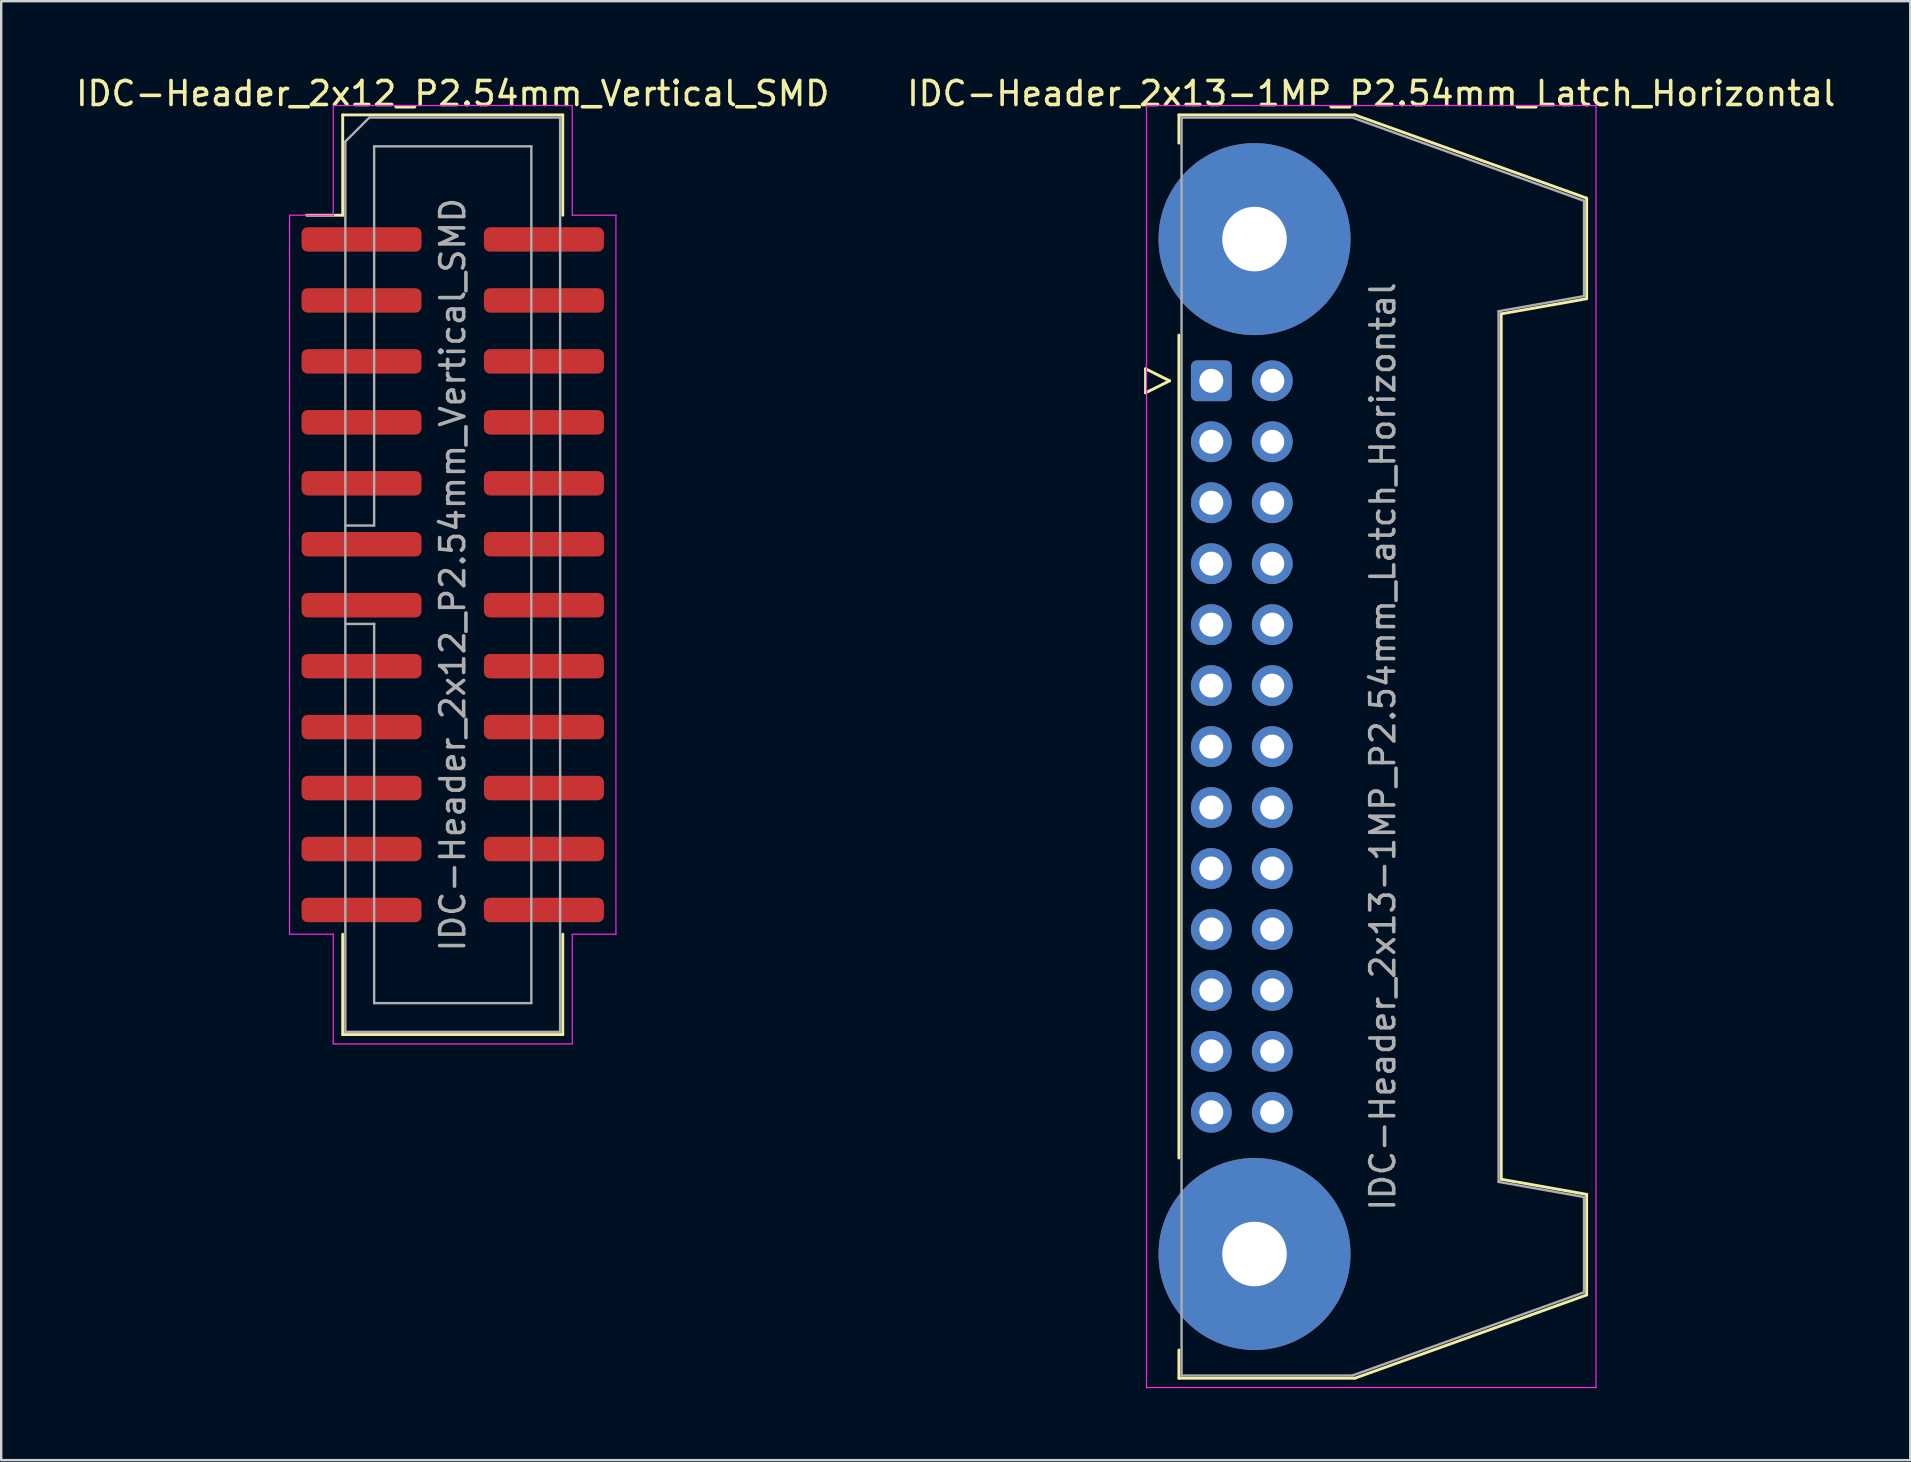
<source format=kicad_pcb>
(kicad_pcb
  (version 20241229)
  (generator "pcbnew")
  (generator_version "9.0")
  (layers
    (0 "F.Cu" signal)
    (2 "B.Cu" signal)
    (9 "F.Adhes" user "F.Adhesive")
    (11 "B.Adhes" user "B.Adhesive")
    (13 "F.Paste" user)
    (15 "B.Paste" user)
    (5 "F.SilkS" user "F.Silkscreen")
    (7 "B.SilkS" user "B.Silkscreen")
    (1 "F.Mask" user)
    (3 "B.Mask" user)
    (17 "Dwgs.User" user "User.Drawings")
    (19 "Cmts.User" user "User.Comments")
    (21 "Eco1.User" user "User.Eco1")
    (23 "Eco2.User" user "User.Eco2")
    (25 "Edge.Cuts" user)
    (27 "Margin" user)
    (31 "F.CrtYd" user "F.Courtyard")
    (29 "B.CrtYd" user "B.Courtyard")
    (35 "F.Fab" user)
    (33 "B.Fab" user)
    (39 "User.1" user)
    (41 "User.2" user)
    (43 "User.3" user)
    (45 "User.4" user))
  (footprint "IDC-Header_2x13-1MP_P2.54mm_Latch_Horizontal"
    (layer "F.Cu")
    (at 47.424 12.818)
    (property "Reference" "IDC-Header_2x13-1MP_P2.54mm_Latch_Horizontal" (at 6.665 -11.97 0) (layer "F.SilkS") (effects (font (size 1 1) (thickness 0.15))))
    (attr through_hole)
    (fp_line (start -2.74 -0.5) (end -2.74 0.5) (stroke (width 0.12) (type solid)) (layer "F.SilkS"))
    (fp_line (start -2.74 0.5) (end -1.74 0) (stroke (width 0.12) (type solid)) (layer "F.SilkS"))
    (fp_line (start -1.74 0) (end -2.74 -0.5) (stroke (width 0.12) (type solid)) (layer "F.SilkS"))
    (fp_line (start -1.35 -11.08) (end -1.35 -9.905) (stroke (width 0.12) (type solid)) (layer "F.SilkS"))
    (fp_line (start -1.35 -11.08) (end 5.98 -11.08) (stroke (width 0.12) (type solid)) (layer "F.SilkS"))
    (fp_line (start -1.35 -1.905) (end -1.35 32.385) (stroke (width 0.12) (type solid)) (layer "F.SilkS"))
    (fp_line (start -1.35 40.385) (end -1.35 41.56) (stroke (width 0.12) (type solid)) (layer "F.SilkS"))
    (fp_line (start 5.98 -11.08) (end 15.64 -7.61) (stroke (width 0.12) (type solid)) (layer "F.SilkS"))
    (fp_line (start 5.98 41.56) (end -1.35 41.56) (stroke (width 0.12) (type solid)) (layer "F.SilkS"))
    (fp_line (start 12.08 -2.79) (end 12.08 33.27) (stroke (width 0.12) (type solid)) (layer "F.SilkS"))
    (fp_line (start 12.08 33.27) (end 15.64 33.9) (stroke (width 0.12) (type solid)) (layer "F.SilkS"))
    (fp_line (start 15.64 -7.61) (end 15.64 -3.42) (stroke (width 0.12) (type solid)) (layer "F.SilkS"))
    (fp_line (start 15.64 -3.42) (end 12.08 -2.79) (stroke (width 0.12) (type solid)) (layer "F.SilkS"))
    (fp_line (start 15.64 33.9) (end 15.64 38.09) (stroke (width 0.12) (type solid)) (layer "F.SilkS"))
    (fp_line (start 15.64 38.09) (end 5.98 41.56) (stroke (width 0.12) (type solid)) (layer "F.SilkS"))
    (fp_line (start -2.7 -11.47) (end -2.7 41.95) (stroke (width 0.05) (type solid)) (layer "F.CrtYd"))
    (fp_line (start -2.7 41.95) (end 16.03 41.95) (stroke (width 0.05) (type solid)) (layer "F.CrtYd"))
    (fp_line (start 16.03 -11.47) (end -2.7 -11.47) (stroke (width 0.05) (type solid)) (layer "F.CrtYd"))
    (fp_line (start 16.03 41.95) (end 16.03 -11.47) (stroke (width 0.05) (type solid)) (layer "F.CrtYd"))
    (fp_line (start -1.24 -10.97) (end 5.87 -10.97) (stroke (width 0.1) (type solid)) (layer "F.Fab"))
    (fp_line (start -1.24 41.45) (end -1.24 -10.97) (stroke (width 0.1) (type solid)) (layer "F.Fab"))
    (fp_line (start 5.87 -10.97) (end 15.53 -7.5) (stroke (width 0.1) (type solid)) (layer "F.Fab"))
    (fp_line (start 5.87 41.45) (end -1.24 41.45) (stroke (width 0.1) (type solid)) (layer "F.Fab"))
    (fp_line (start 11.97 -2.9) (end 11.97 33.38) (stroke (width 0.1) (type solid)) (layer "F.Fab"))
    (fp_line (start 11.97 33.38) (end 15.53 34.01) (stroke (width 0.1) (type solid)) (layer "F.Fab"))
    (fp_line (start 15.53 -7.5) (end 15.53 -3.53) (stroke (width 0.1) (type solid)) (layer "F.Fab"))
    (fp_line (start 15.53 -3.53) (end 11.97 -2.9) (stroke (width 0.1) (type solid)) (layer "F.Fab"))
    (fp_line (start 15.53 34.01) (end 15.53 37.98) (stroke (width 0.1) (type solid)) (layer "F.Fab"))
    (fp_line (start 15.53 37.98) (end 5.87 41.45) (stroke (width 0.1) (type solid)) (layer "F.Fab"))
    (fp_text user "${REFERENCE}" (at 7.145 15.24 90) (layer "F.Fab") (effects (font (size 1 1) (thickness 0.15))))
    (pad "1" thru_hole roundrect (at 0 0) (size 1.7 1.7) (drill 1) (layers "*.Cu" "*.Mask") (roundrect_rratio 0.147))
    (pad "2" thru_hole circle (at 2.54 0) (size 1.7 1.7) (drill 1) (layers "*.Cu" "*.Mask"))
    (pad "3" thru_hole circle (at 0 2.54) (size 1.7 1.7) (drill 1) (layers "*.Cu" "*.Mask"))
    (pad "4" thru_hole circle (at 2.54 2.54) (size 1.7 1.7) (drill 1) (layers "*.Cu" "*.Mask"))
    (pad "5" thru_hole circle (at 0 5.08) (size 1.7 1.7) (drill 1) (layers "*.Cu" "*.Mask"))
    (pad "6" thru_hole circle (at 2.54 5.08) (size 1.7 1.7) (drill 1) (layers "*.Cu" "*.Mask"))
    (pad "7" thru_hole circle (at 0 7.62) (size 1.7 1.7) (drill 1) (layers "*.Cu" "*.Mask"))
    (pad "8" thru_hole circle (at 2.54 7.62) (size 1.7 1.7) (drill 1) (layers "*.Cu" "*.Mask"))
    (pad "9" thru_hole circle (at 0 10.16) (size 1.7 1.7) (drill 1) (layers "*.Cu" "*.Mask"))
    (pad "10" thru_hole circle (at 2.54 10.16) (size 1.7 1.7) (drill 1) (layers "*.Cu" "*.Mask"))
    (pad "11" thru_hole circle (at 0 12.7) (size 1.7 1.7) (drill 1) (layers "*.Cu" "*.Mask"))
    (pad "12" thru_hole circle (at 2.54 12.7) (size 1.7 1.7) (drill 1) (layers "*.Cu" "*.Mask"))
    (pad "13" thru_hole circle (at 0 15.24) (size 1.7 1.7) (drill 1) (layers "*.Cu" "*.Mask"))
    (pad "14" thru_hole circle (at 2.54 15.24) (size 1.7 1.7) (drill 1) (layers "*.Cu" "*.Mask"))
    (pad "15" thru_hole circle (at 0 17.78) (size 1.7 1.7) (drill 1) (layers "*.Cu" "*.Mask"))
    (pad "16" thru_hole circle (at 2.54 17.78) (size 1.7 1.7) (drill 1) (layers "*.Cu" "*.Mask"))
    (pad "17" thru_hole circle (at 0 20.32) (size 1.7 1.7) (drill 1) (layers "*.Cu" "*.Mask"))
    (pad "18" thru_hole circle (at 2.54 20.32) (size 1.7 1.7) (drill 1) (layers "*.Cu" "*.Mask"))
    (pad "19" thru_hole circle (at 0 22.86) (size 1.7 1.7) (drill 1) (layers "*.Cu" "*.Mask"))
    (pad "20" thru_hole circle (at 2.54 22.86) (size 1.7 1.7) (drill 1) (layers "*.Cu" "*.Mask"))
    (pad "21" thru_hole circle (at 0 25.4) (size 1.7 1.7) (drill 1) (layers "*.Cu" "*.Mask"))
    (pad "22" thru_hole circle (at 2.54 25.4) (size 1.7 1.7) (drill 1) (layers "*.Cu" "*.Mask"))
    (pad "23" thru_hole circle (at 0 27.94) (size 1.7 1.7) (drill 1) (layers "*.Cu" "*.Mask"))
    (pad "24" thru_hole circle (at 2.54 27.94) (size 1.7 1.7) (drill 1) (layers "*.Cu" "*.Mask"))
    (pad "25" thru_hole circle (at 0 30.48) (size 1.7 1.7) (drill 1) (layers "*.Cu" "*.Mask"))
    (pad "26" thru_hole circle (at 2.54 30.48) (size 1.7 1.7) (drill 1) (layers "*.Cu" "*.Mask"))
    (pad "MP" thru_hole circle (at 1.8 -5.905) (size 8 8) (drill 2.69) (layers "*.Cu" "*.Mask"))
    (pad "MP" thru_hole circle (at 1.8 36.385) (size 8 8) (drill 2.69) (layers "*.Cu" "*.Mask")))
  (footprint "IDC-Header_2x12_P2.54mm_Vertical_SMD"
    (layer "F.Cu")
    (at 15.815 20.898)
    (property "Reference" "IDC-Header_2x12_P2.54mm_Vertical_SMD" (at 0 -20.05 0) (layer "F.SilkS") (effects (font (size 1 1) (thickness 0.15))))
    (attr smd)
    (fp_line (start -4.585 -19.16) (end 4.585 -19.16) (stroke (width 0.12) (type solid)) (layer "F.SilkS"))
    (fp_line (start -4.585 -14.98) (end -6.085 -14.98) (stroke (width 0.12) (type solid)) (layer "F.SilkS"))
    (fp_line (start -4.585 -14.98) (end -4.585 -19.16) (stroke (width 0.12) (type solid)) (layer "F.SilkS"))
    (fp_line (start -4.585 14.98) (end -4.585 19.16) (stroke (width 0.12) (type solid)) (layer "F.SilkS"))
    (fp_line (start -4.585 19.16) (end 4.585 19.16) (stroke (width 0.12) (type solid)) (layer "F.SilkS"))
    (fp_line (start 4.585 -19.16) (end 4.585 -14.98) (stroke (width 0.12) (type solid)) (layer "F.SilkS"))
    (fp_line (start 4.585 19.16) (end 4.585 14.98) (stroke (width 0.12) (type solid)) (layer "F.SilkS"))
    (fp_line (start -6.8 -14.98) (end -6.8 14.98) (stroke (width 0.05) (type solid)) (layer "F.CrtYd"))
    (fp_line (start -6.8 14.98) (end -4.98 14.98) (stroke (width 0.05) (type solid)) (layer "F.CrtYd"))
    (fp_line (start -4.98 -19.55) (end -4.98 -14.98) (stroke (width 0.05) (type solid)) (layer "F.CrtYd"))
    (fp_line (start -4.98 -14.98) (end -6.8 -14.98) (stroke (width 0.05) (type solid)) (layer "F.CrtYd"))
    (fp_line (start -4.98 14.98) (end -4.98 19.55) (stroke (width 0.05) (type solid)) (layer "F.CrtYd"))
    (fp_line (start -4.98 19.55) (end 4.98 19.55) (stroke (width 0.05) (type solid)) (layer "F.CrtYd"))
    (fp_line (start 4.98 -19.55) (end -4.98 -19.55) (stroke (width 0.05) (type solid)) (layer "F.CrtYd"))
    (fp_line (start 4.98 -14.98) (end 4.98 -19.55) (stroke (width 0.05) (type solid)) (layer "F.CrtYd"))
    (fp_line (start 4.98 14.98) (end 6.8 14.98) (stroke (width 0.05) (type solid)) (layer "F.CrtYd"))
    (fp_line (start 4.98 19.55) (end 4.98 14.98) (stroke (width 0.05) (type solid)) (layer "F.CrtYd"))
    (fp_line (start 6.8 -14.98) (end 4.98 -14.98) (stroke (width 0.05) (type solid)) (layer "F.CrtYd"))
    (fp_line (start 6.8 14.98) (end 6.8 -14.98) (stroke (width 0.05) (type solid)) (layer "F.CrtYd"))
    (fp_line (start -4.475 -18.05) (end -3.475 -19.05) (stroke (width 0.1) (type solid)) (layer "F.Fab"))
    (fp_line (start -4.475 -2.05) (end -3.275 -2.05) (stroke (width 0.1) (type solid)) (layer "F.Fab"))
    (fp_line (start -4.475 19.05) (end -4.475 -18.05) (stroke (width 0.1) (type solid)) (layer "F.Fab"))
    (fp_line (start -3.475 -19.05) (end 4.475 -19.05) (stroke (width 0.1) (type solid)) (layer "F.Fab"))
    (fp_line (start -3.275 -17.85) (end 3.275 -17.85) (stroke (width 0.1) (type solid)) (layer "F.Fab"))
    (fp_line (start -3.275 -2.05) (end -3.275 -17.85) (stroke (width 0.1) (type solid)) (layer "F.Fab"))
    (fp_line (start -3.275 2.05) (end -4.475 2.05) (stroke (width 0.1) (type solid)) (layer "F.Fab"))
    (fp_line (start -3.275 2.05) (end -3.275 2.05) (stroke (width 0.1) (type solid)) (layer "F.Fab"))
    (fp_line (start -3.275 17.85) (end -3.275 2.05) (stroke (width 0.1) (type solid)) (layer "F.Fab"))
    (fp_line (start 3.275 -17.85) (end 3.275 17.85) (stroke (width 0.1) (type solid)) (layer "F.Fab"))
    (fp_line (start 3.275 17.85) (end -3.275 17.85) (stroke (width 0.1) (type solid)) (layer "F.Fab"))
    (fp_line (start 4.475 -19.05) (end 4.475 19.05) (stroke (width 0.1) (type solid)) (layer "F.Fab"))
    (fp_line (start 4.475 19.05) (end -4.475 19.05) (stroke (width 0.1) (type solid)) (layer "F.Fab"))
    (fp_text user "${REFERENCE}" (at 0 0 90) (layer "F.Fab") (effects (font (size 1 1) (thickness 0.15))))
    (pad "1" smd roundrect (at -3.8 -13.97) (size 5 1.02) (layers "F.Cu" "F.Mask" "F.Paste") (roundrect_rratio 0.25))
    (pad "2" smd roundrect (at 3.8 -13.97) (size 5 1.02) (layers "F.Cu" "F.Mask" "F.Paste") (roundrect_rratio 0.25))
    (pad "3" smd roundrect (at -3.8 -11.43) (size 5 1.02) (layers "F.Cu" "F.Mask" "F.Paste") (roundrect_rratio 0.25))
    (pad "4" smd roundrect (at 3.8 -11.43) (size 5 1.02) (layers "F.Cu" "F.Mask" "F.Paste") (roundrect_rratio 0.25))
    (pad "5" smd roundrect (at -3.8 -8.89) (size 5 1.02) (layers "F.Cu" "F.Mask" "F.Paste") (roundrect_rratio 0.25))
    (pad "6" smd roundrect (at 3.8 -8.89) (size 5 1.02) (layers "F.Cu" "F.Mask" "F.Paste") (roundrect_rratio 0.25))
    (pad "7" smd roundrect (at -3.8 -6.35) (size 5 1.02) (layers "F.Cu" "F.Mask" "F.Paste") (roundrect_rratio 0.25))
    (pad "8" smd roundrect (at 3.8 -6.35) (size 5 1.02) (layers "F.Cu" "F.Mask" "F.Paste") (roundrect_rratio 0.25))
    (pad "9" smd roundrect (at -3.8 -3.81) (size 5 1.02) (layers "F.Cu" "F.Mask" "F.Paste") (roundrect_rratio 0.25))
    (pad "10" smd roundrect (at 3.8 -3.81) (size 5 1.02) (layers "F.Cu" "F.Mask" "F.Paste") (roundrect_rratio 0.25))
    (pad "11" smd roundrect (at -3.8 -1.27) (size 5 1.02) (layers "F.Cu" "F.Mask" "F.Paste") (roundrect_rratio 0.25))
    (pad "12" smd roundrect (at 3.8 -1.27) (size 5 1.02) (layers "F.Cu" "F.Mask" "F.Paste") (roundrect_rratio 0.25))
    (pad "13" smd roundrect (at -3.8 1.27) (size 5 1.02) (layers "F.Cu" "F.Mask" "F.Paste") (roundrect_rratio 0.25))
    (pad "14" smd roundrect (at 3.8 1.27) (size 5 1.02) (layers "F.Cu" "F.Mask" "F.Paste") (roundrect_rratio 0.25))
    (pad "15" smd roundrect (at -3.8 3.81) (size 5 1.02) (layers "F.Cu" "F.Mask" "F.Paste") (roundrect_rratio 0.25))
    (pad "16" smd roundrect (at 3.8 3.81) (size 5 1.02) (layers "F.Cu" "F.Mask" "F.Paste") (roundrect_rratio 0.25))
    (pad "17" smd roundrect (at -3.8 6.35) (size 5 1.02) (layers "F.Cu" "F.Mask" "F.Paste") (roundrect_rratio 0.25))
    (pad "18" smd roundrect (at 3.8 6.35) (size 5 1.02) (layers "F.Cu" "F.Mask" "F.Paste") (roundrect_rratio 0.25))
    (pad "19" smd roundrect (at -3.8 8.89) (size 5 1.02) (layers "F.Cu" "F.Mask" "F.Paste") (roundrect_rratio 0.25))
    (pad "20" smd roundrect (at 3.8 8.89) (size 5 1.02) (layers "F.Cu" "F.Mask" "F.Paste") (roundrect_rratio 0.25))
    (pad "21" smd roundrect (at -3.8 11.43) (size 5 1.02) (layers "F.Cu" "F.Mask" "F.Paste") (roundrect_rratio 0.25))
    (pad "22" smd roundrect (at 3.8 11.43) (size 5 1.02) (layers "F.Cu" "F.Mask" "F.Paste") (roundrect_rratio 0.25))
    (pad "23" smd roundrect (at -3.8 13.97) (size 5 1.02) (layers "F.Cu" "F.Mask" "F.Paste") (roundrect_rratio 0.25))
    (pad "24" smd roundrect (at 3.8 13.97) (size 5 1.02) (layers "F.Cu" "F.Mask" "F.Paste") (roundrect_rratio 0.25)))
  (gr_rect
    (start -3 -3)
    (end 76.548 57.793)
    (stroke (width 0.1) (type default))
    (fill no)
    (layer "Edge.Cuts")))
</source>
